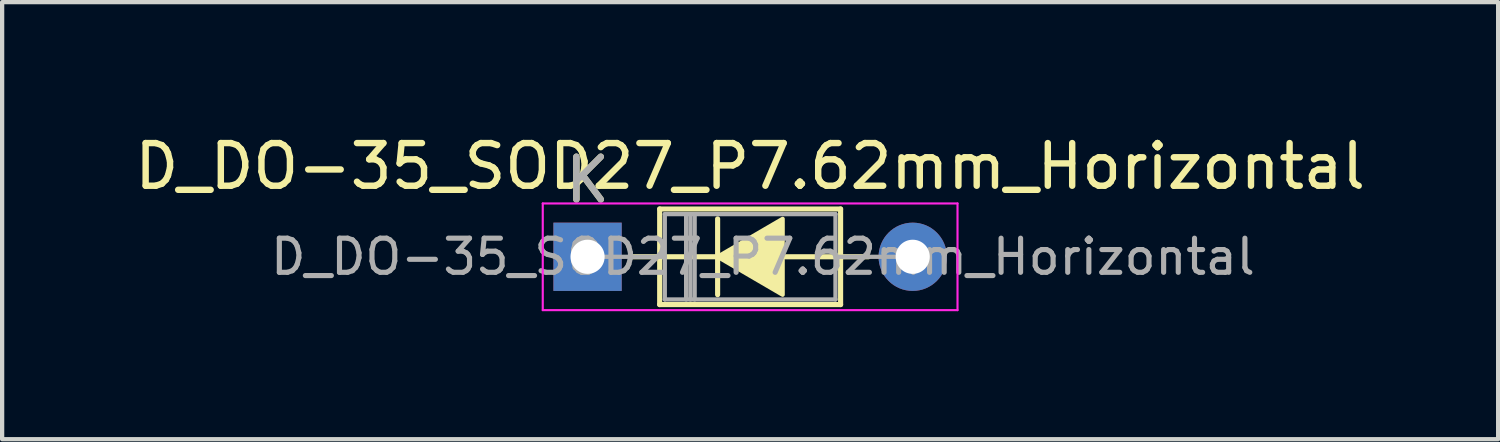
<source format=kicad_pcb>
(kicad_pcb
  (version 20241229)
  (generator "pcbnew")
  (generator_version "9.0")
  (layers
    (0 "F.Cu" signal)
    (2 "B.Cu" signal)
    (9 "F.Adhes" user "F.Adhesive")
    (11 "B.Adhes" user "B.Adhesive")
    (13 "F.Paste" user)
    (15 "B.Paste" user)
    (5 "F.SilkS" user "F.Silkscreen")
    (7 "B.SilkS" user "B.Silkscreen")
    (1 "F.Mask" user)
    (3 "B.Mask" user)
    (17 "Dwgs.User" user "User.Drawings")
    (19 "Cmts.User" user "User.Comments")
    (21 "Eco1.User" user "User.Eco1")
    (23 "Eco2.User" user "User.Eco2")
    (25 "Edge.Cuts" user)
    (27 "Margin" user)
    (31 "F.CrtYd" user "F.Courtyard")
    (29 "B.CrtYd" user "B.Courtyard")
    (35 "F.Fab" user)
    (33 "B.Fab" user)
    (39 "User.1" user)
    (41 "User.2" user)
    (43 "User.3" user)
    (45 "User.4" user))
  (footprint "D_DO-35_SOD27_P7.62mm_Horizontal"
    (layer "F.Cu")
    (at 10.72 2.968)
    (property "Reference" "D_DO-35_SOD27_P7.62mm_Horizontal" (at 3.81 -2.12 0) (layer "F.SilkS") (effects (font (size 1 1) (thickness 0.15))))
    (attr through_hole)
    (fp_line (start 1.04 0) (end 1.69 0) (stroke (width 0.12) (type solid)) (layer "F.SilkS"))
    (fp_line (start 1.651 0) (end 3.048 0) (stroke (width 0.12) (type solid)) (layer "F.SilkS"))
    (fp_line (start 1.69 -1.12) (end 1.69 1.12) (stroke (width 0.12) (type solid)) (layer "F.SilkS"))
    (fp_line (start 1.69 1.12) (end 5.93 1.12) (stroke (width 0.12) (type solid)) (layer "F.SilkS"))
    (fp_line (start 3.048 -0.889) (end 3.048 0.889) (stroke (width 0.12) (type solid)) (layer "F.SilkS"))
    (fp_line (start 5.93 -1.12) (end 1.69 -1.12) (stroke (width 0.12) (type solid)) (layer "F.SilkS"))
    (fp_line (start 5.93 0) (end 4.636 0) (stroke (width 0.12) (type solid)) (layer "F.SilkS"))
    (fp_line (start 5.93 1.12) (end 5.93 -1.12) (stroke (width 0.12) (type solid)) (layer "F.SilkS"))
    (fp_line (start 6.58 0) (end 5.93 0) (stroke (width 0.12) (type solid)) (layer "F.SilkS"))
    (fp_poly (pts (xy 4.572 0.889) (xy 3.048 0) (xy 4.572 -0.889)) (stroke (width 0.1) (type solid)) (fill yes) (layer "F.SilkS"))
    (fp_line (start -1.05 -1.25) (end -1.05 1.25) (stroke (width 0.05) (type solid)) (layer "F.CrtYd"))
    (fp_line (start -1.05 1.25) (end 8.67 1.25) (stroke (width 0.05) (type solid)) (layer "F.CrtYd"))
    (fp_line (start 8.67 -1.25) (end -1.05 -1.25) (stroke (width 0.05) (type solid)) (layer "F.CrtYd"))
    (fp_line (start 8.67 1.25) (end 8.67 -1.25) (stroke (width 0.05) (type solid)) (layer "F.CrtYd"))
    (fp_line (start 0 0) (end 1.81 0) (stroke (width 0.1) (type solid)) (layer "F.Fab"))
    (fp_line (start 1.81 -1) (end 1.81 1) (stroke (width 0.1) (type solid)) (layer "F.Fab"))
    (fp_line (start 1.81 1) (end 5.81 1) (stroke (width 0.1) (type solid)) (layer "F.Fab"))
    (fp_line (start 2.31 -1) (end 2.31 1) (stroke (width 0.1) (type solid)) (layer "F.Fab"))
    (fp_line (start 2.41 -1) (end 2.41 1) (stroke (width 0.1) (type solid)) (layer "F.Fab"))
    (fp_line (start 2.51 -1) (end 2.51 1) (stroke (width 0.1) (type solid)) (layer "F.Fab"))
    (fp_line (start 5.81 -1) (end 1.81 -1) (stroke (width 0.1) (type solid)) (layer "F.Fab"))
    (fp_line (start 5.81 1) (end 5.81 -1) (stroke (width 0.1) (type solid)) (layer "F.Fab"))
    (fp_line (start 7.62 0) (end 5.81 0) (stroke (width 0.1) (type solid)) (layer "F.Fab"))
    (fp_text user "K" (at 0 -1.8 0) (layer "F.SilkS") (effects (font (size 1 1) (thickness 0.15))))
    (fp_text user "K" (at 0 -1.8 0) (layer "F.Fab") (effects (font (size 1 1) (thickness 0.15))))
    (fp_text user "${REFERENCE}" (at 4.11 0 0) (layer "F.Fab") (effects (font (size 0.8 0.8) (thickness 0.12))))
    (pad "1" thru_hole rect (at 0 0) (size 1.6 1.6) (drill 0.8) (layers "*.Cu" "*.Mask"))
    (pad "2" thru_hole oval (at 7.62 0) (size 1.6 1.6) (drill 0.8) (layers "*.Cu" "*.Mask")))
  (gr_rect
    (start -3 -3)
    (end 32.06 7.243)
    (stroke (width 0.1) (type default))
    (fill no)
    (layer "Edge.Cuts")))
</source>
